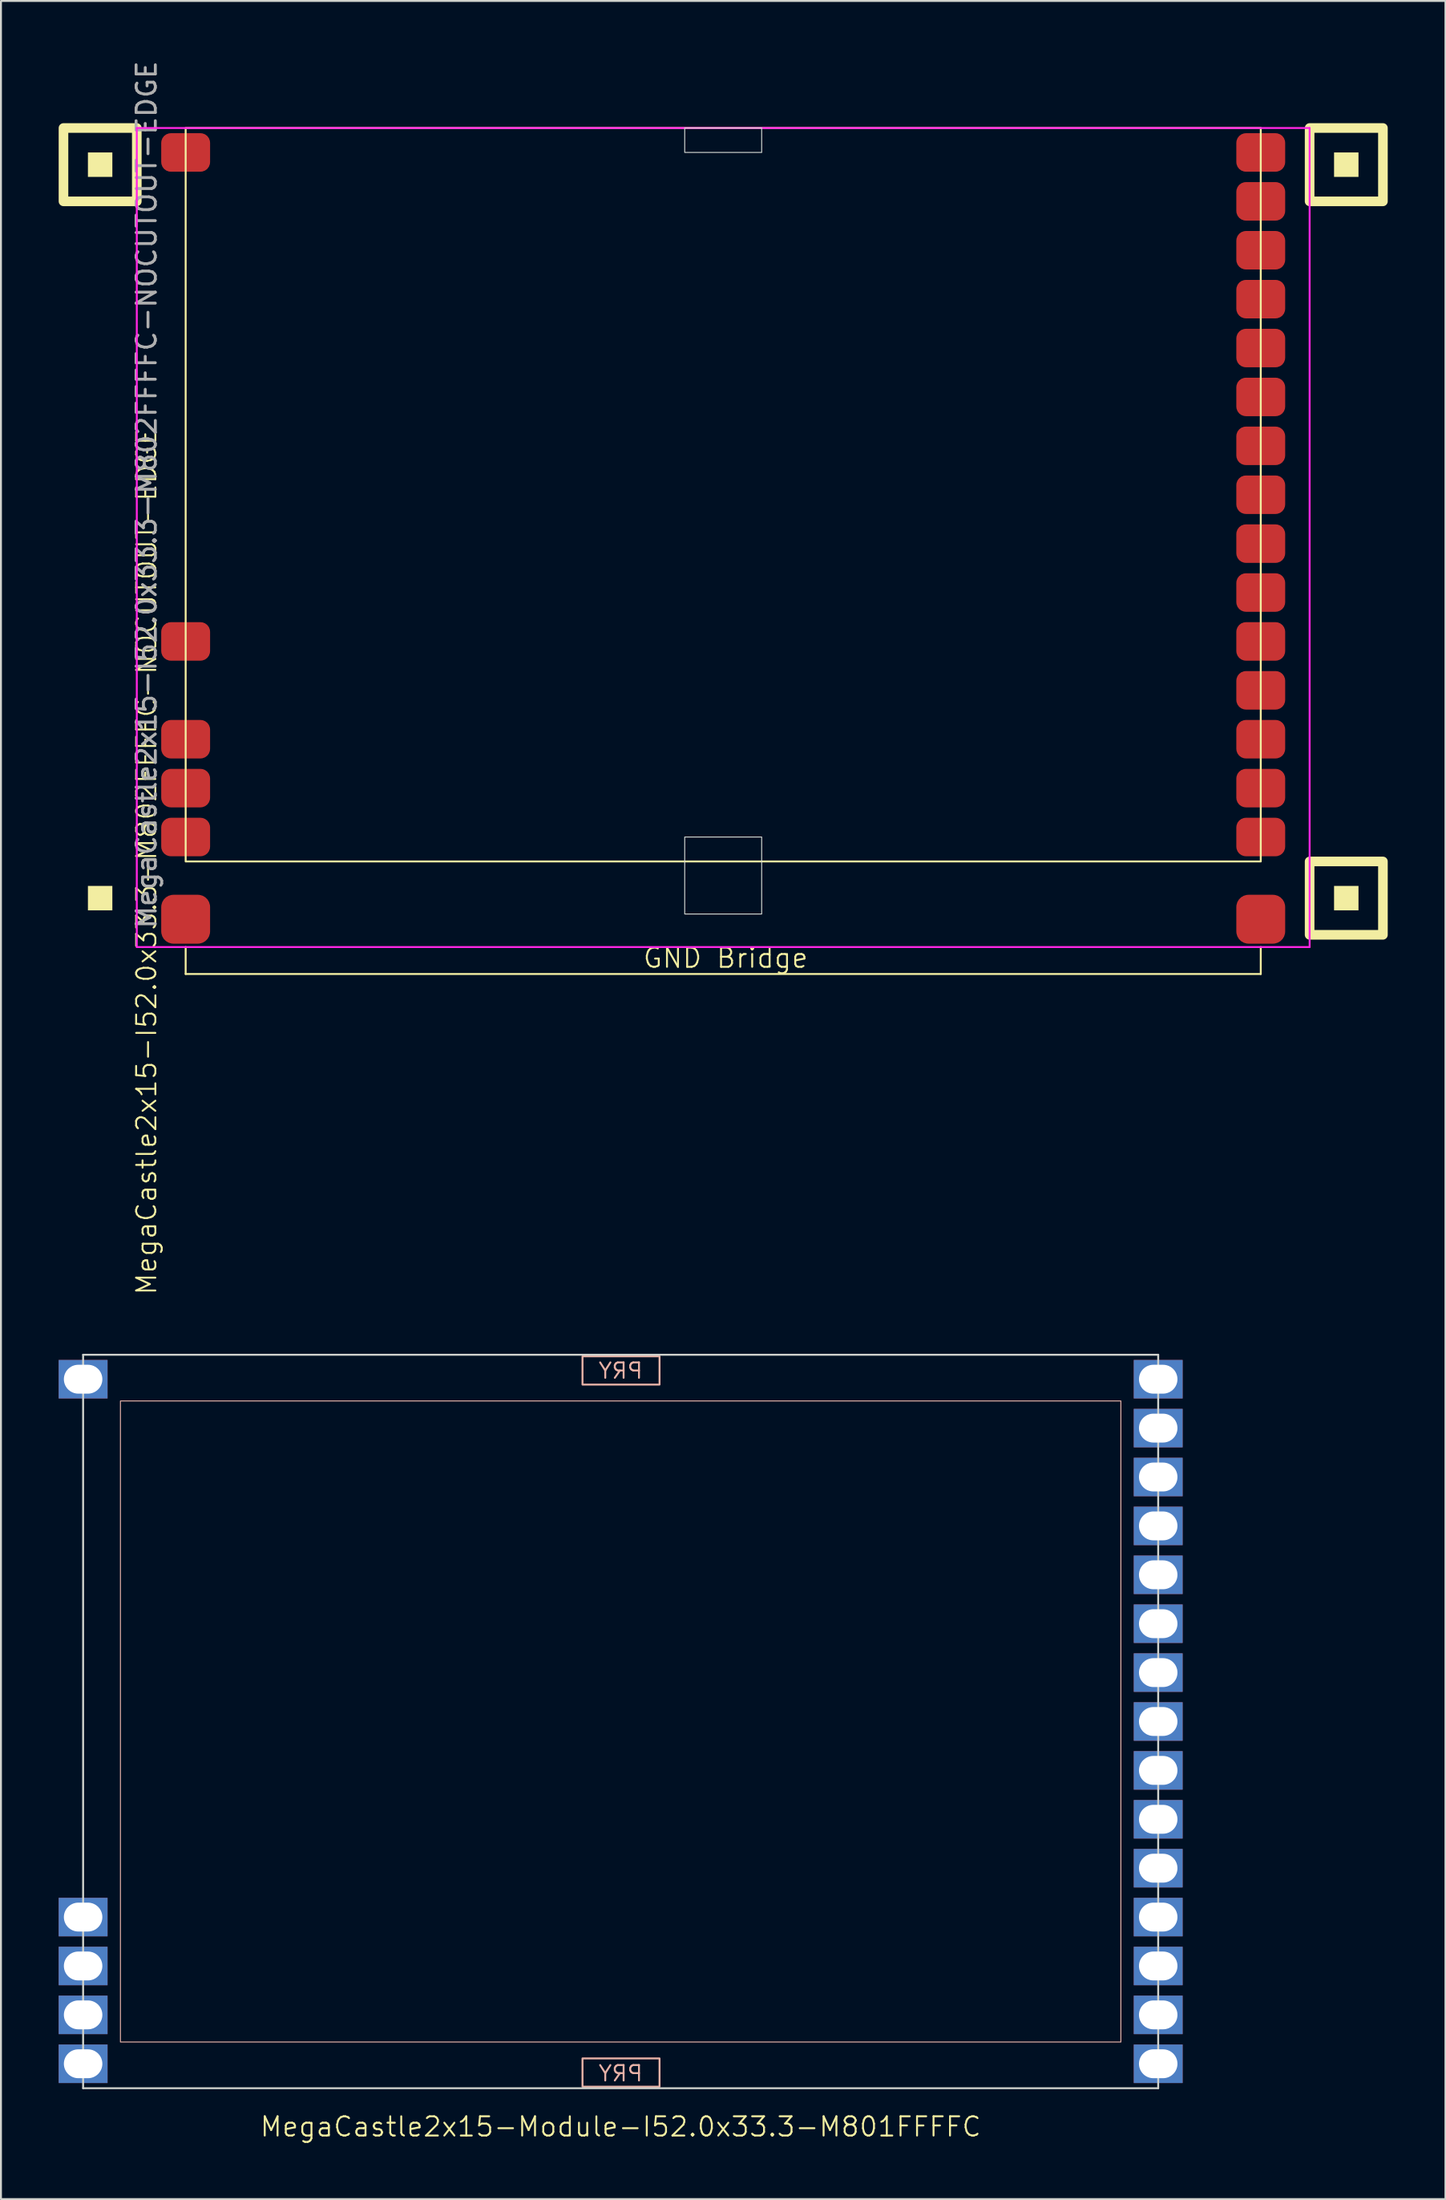
<source format=kicad_pcb>
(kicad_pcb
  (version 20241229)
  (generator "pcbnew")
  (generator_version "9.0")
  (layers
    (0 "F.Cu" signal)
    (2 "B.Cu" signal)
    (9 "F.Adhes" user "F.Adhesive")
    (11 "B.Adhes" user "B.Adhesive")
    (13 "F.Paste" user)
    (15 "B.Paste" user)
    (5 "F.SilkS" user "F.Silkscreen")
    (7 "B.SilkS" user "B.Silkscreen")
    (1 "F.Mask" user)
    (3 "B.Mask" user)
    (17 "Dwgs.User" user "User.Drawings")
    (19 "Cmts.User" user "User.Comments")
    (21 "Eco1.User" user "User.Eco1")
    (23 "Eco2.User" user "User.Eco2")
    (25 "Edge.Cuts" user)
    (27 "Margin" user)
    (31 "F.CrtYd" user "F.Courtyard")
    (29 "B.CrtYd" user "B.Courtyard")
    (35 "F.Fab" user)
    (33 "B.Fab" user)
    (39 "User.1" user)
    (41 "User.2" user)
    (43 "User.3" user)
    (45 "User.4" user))
  (footprint "MegaCastle2x15-Module-I52.0x33.3-M801FFFFC"
    (layer "F.Cu")
    (at 29.21 86.373)
    (property "Reference" "MegaCastle2x15-Module-I52.0x33.3-M801FFFFC" (at 0 21.05 0) (unlocked yes) (layer "F.SilkS") (effects (font (size 1 1) (thickness 0.1))))
    (attr smd)
    (fp_rect (start -26 16.65) (end 26 -16.65) (stroke (width 0.05) (type default)) (fill no) (layer "B.SilkS"))
    (fp_rect (start -1.984 -17.501) (end 2.02 -18.97) (stroke (width 0.1) (type default)) (fill no) (layer "B.SilkS"))
    (fp_rect (start -1.984 17.501) (end 2.02 18.97) (stroke (width 0.1) (type default)) (fill no) (layer "B.SilkS"))
    (fp_line (start -27.94 -19.05) (end -27.94 19.05) (stroke (width 0.1) (type default)) (layer "Edge.Cuts"))
    (fp_line (start -27.94 -19.05) (end 27.94 -19.05) (stroke (width 0.1) (type default)) (layer "Edge.Cuts"))
    (fp_line (start -27.94 19.05) (end 27.94 19.05) (stroke (width 0.1) (type default)) (layer "Edge.Cuts"))
    (fp_line (start 27.94 -19.05) (end 27.94 19.05) (stroke (width 0.1) (type default)) (layer "Edge.Cuts"))
    (fp_text user "PRY" (at 0 -17.75 0) (unlocked yes) (layer "B.SilkS") (effects (font (size 0.8 0.8) (thickness 0.1)) (justify bottom mirror)))
    (fp_text user "PRY" (at 0 18.75 0) (unlocked yes) (layer "B.SilkS") (effects (font (size 0.8 0.8) (thickness 0.1)) (justify bottom mirror)))
    (pad "1" thru_hole rect (at -27.94 -17.78) (size 2.54 2) (drill oval 2 1.5) (property pad_prop_castellated) (layers "*.Cu" "*.Mask"))
    (pad "12" thru_hole rect (at -27.94 10.16) (size 2.54 2) (drill oval 2 1.5) (property pad_prop_castellated) (layers "*.Cu" "*.Mask"))
    (pad "13" thru_hole rect (at -27.94 12.7) (size 2.54 2) (drill oval 2 1.5) (property pad_prop_castellated) (layers "*.Cu" "*.Mask"))
    (pad "14" thru_hole rect (at -27.94 15.24) (size 2.54 2) (drill oval 2 1.5) (property pad_prop_castellated) (layers "*.Cu" "*.Mask"))
    (pad "15" thru_hole rect (at -27.94 17.78) (size 2.54 2) (drill oval 2 1.5) (property pad_prop_castellated) (layers "*.Cu" "*.Mask"))
    (pad "16" thru_hole rect (at 27.94 -17.78) (size 2.54 2) (drill oval 2 1.5) (property pad_prop_castellated) (layers "*.Cu" "*.Mask"))
    (pad "17" thru_hole rect (at 27.94 -15.24) (size 2.54 2) (drill oval 2 1.5) (property pad_prop_castellated) (layers "*.Cu" "*.Mask"))
    (pad "18" thru_hole rect (at 27.94 -12.7) (size 2.54 2) (drill oval 2 1.5) (property pad_prop_castellated) (layers "*.Cu" "*.Mask"))
    (pad "19" thru_hole rect (at 27.94 -10.16) (size 2.54 2) (drill oval 2 1.5) (property pad_prop_castellated) (layers "*.Cu" "*.Mask"))
    (pad "20" thru_hole rect (at 27.94 -7.62) (size 2.54 2) (drill oval 2 1.5) (property pad_prop_castellated) (layers "*.Cu" "*.Mask"))
    (pad "21" thru_hole rect (at 27.94 -5.08) (size 2.54 2) (drill oval 2 1.5) (property pad_prop_castellated) (layers "*.Cu" "*.Mask"))
    (pad "22" thru_hole rect (at 27.94 -2.54) (size 2.54 2) (drill oval 2 1.5) (property pad_prop_castellated) (layers "*.Cu" "*.Mask"))
    (pad "23" thru_hole rect (at 27.94 0) (size 2.54 2) (drill oval 2 1.5) (property pad_prop_castellated) (layers "*.Cu" "*.Mask"))
    (pad "24" thru_hole rect (at 27.94 2.54) (size 2.54 2) (drill oval 2 1.5) (property pad_prop_castellated) (layers "*.Cu" "*.Mask"))
    (pad "25" thru_hole rect (at 27.94 5.08) (size 2.54 2) (drill oval 2 1.5) (property pad_prop_castellated) (layers "*.Cu" "*.Mask"))
    (pad "26" thru_hole rect (at 27.94 7.62) (size 2.54 2) (drill oval 2 1.5) (property pad_prop_castellated) (layers "*.Cu" "*.Mask"))
    (pad "27" thru_hole rect (at 27.94 10.16) (size 2.54 2) (drill oval 2 1.5) (property pad_prop_castellated) (layers "*.Cu" "*.Mask"))
    (pad "28" thru_hole rect (at 27.94 12.7) (size 2.54 2) (drill oval 2 1.5) (property pad_prop_castellated) (layers "*.Cu" "*.Mask"))
    (pad "29" thru_hole rect (at 27.94 15.24) (size 2.54 2) (drill oval 2 1.5) (property pad_prop_castellated) (layers "*.Cu" "*.Mask"))
    (pad "30" thru_hole rect (at 27.94 17.78) (size 2.54 2) (drill oval 2 1.5) (property pad_prop_castellated) (layers "*.Cu" "*.Mask"))
    (zone (net_name "") (layer "B.Cu") (hatch edge 0.5) (connect_pads) (min_thickness 0.25) (filled_areas_thickness no) (keepout (tracks allowed) (vias allowed) (pads allowed) (copperpour allowed) (footprints not_allowed)) (placement (enabled no)) (fill) (polygon (pts (xy 1.27 105.423) (xy 1.27 67.323) (xy 3.21 67.323) (xy 3.21 105.423))))
    (zone (net_name "") (layer "B.Cu") (hatch edge 0.5) (connect_pads) (min_thickness 0.25) (filled_areas_thickness no) (keepout (tracks allowed) (vias allowed) (pads allowed) (copperpour allowed) (footprints not_allowed)) (placement (enabled no)) (fill) (polygon (pts (xy 3.21 67.323) (xy 3.21 69.723) (xy 55.21 69.723) (xy 55.21 67.323))))
    (zone (net_name "") (layer "B.Cu") (hatch edge 0.5) (connect_pads) (min_thickness 0.25) (filled_areas_thickness no) (keepout (tracks allowed) (vias allowed) (pads allowed) (copperpour allowed) (footprints not_allowed)) (placement (enabled no)) (fill) (polygon (pts (xy 3.21 105.423) (xy 3.21 103.023) (xy 55.21 103.023) (xy 55.21 105.423))))
    (zone (net_name "") (layer "B.Cu") (name "Upper Pry Zone") (hatch edge 0.5) (connect_pads) (min_thickness 0.25) (filled_areas_thickness no) (keepout (tracks not_allowed) (vias not_allowed) (pads not_allowed) (copperpour allowed) (footprints not_allowed)) (placement (enabled no)) (fill) (polygon (pts (xy 27.226 68.871) (xy 27.226 67.403) (xy 31.23 67.403) (xy 31.23 68.871))))
    (zone (net_name "") (layer "B.Cu") (name "Upper Pry Zone") (hatch edge 0.5) (connect_pads) (min_thickness 0.25) (filled_areas_thickness no) (keepout (tracks not_allowed) (vias not_allowed) (pads not_allowed) (copperpour allowed) (footprints not_allowed)) (placement (enabled no)) (fill) (polygon (pts (xy 27.226 103.874) (xy 27.226 105.343) (xy 31.23 105.343) (xy 31.23 103.874))))
    (zone (net_name "") (layer "B.Cu") (hatch edge 0.5) (connect_pads) (min_thickness 0.25) (filled_areas_thickness no) (keepout (tracks allowed) (vias allowed) (pads allowed) (copperpour allowed) (footprints not_allowed)) (placement (enabled no)) (fill) (polygon (pts (xy 57.15 105.423) (xy 57.15 67.323) (xy 55.21 67.323) (xy 55.21 105.423)))))
  (footprint "MegaCastle2x15-I52.0x33.3-M802FFFFC-NOCUTOUT-EDGE"
    (layer "F.Cu")
    (at 34.54 22.649)
    (property "Reference" "MegaCastle2x15-I52.0x33.3-M802FFFFC-NOCUTOUT-EDGE" (at -29.972 19.05 90) (unlocked yes) (layer "F.SilkS") (effects (font (size 1 1) (thickness 0.1))))
    (attr smd)
    (fp_line (start -27.94 23.495) (end -27.94 24.895) (stroke (width 0.1) (type default)) (layer "F.SilkS"))
    (fp_line (start -27.94 24.895) (end 27.94 24.895) (stroke (width 0.1) (type default)) (layer "F.SilkS"))
    (fp_line (start 27.94 23.495) (end 27.94 24.895) (stroke (width 0.1) (type default)) (layer "F.SilkS"))
    (fp_rect (start -31.75 -16.51) (end -33.02 -17.78) (stroke (width 0) (type solid)) (fill yes) (layer "F.SilkS"))
    (fp_rect (start -31.75 21.59) (end -33.02 20.32) (stroke (width 0) (type solid)) (fill yes) (layer "F.SilkS"))
    (fp_rect (start -30.48 -15.24) (end -34.29 -19.05) (stroke (width 0.5) (type default)) (fill no) (layer "F.SilkS"))
    (fp_rect (start -27.94 -19.05) (end 27.94 19.05) (stroke (width 0.1) (type default)) (fill no) (layer "F.SilkS"))
    (fp_rect (start 33.02 -16.51) (end 31.75 -17.78) (stroke (width 0) (type solid)) (fill yes) (layer "F.SilkS"))
    (fp_rect (start 33.02 21.59) (end 31.75 20.32) (stroke (width 0) (type solid)) (fill yes) (layer "F.SilkS"))
    (fp_rect (start 34.29 -15.24) (end 30.48 -19.05) (stroke (width 0.5) (type default)) (fill no) (layer "F.SilkS"))
    (fp_rect (start 34.29 22.86) (end 30.48 19.05) (stroke (width 0.5) (type default)) (fill no) (layer "F.SilkS"))
    (fp_rect (start -2 -17.78) (end 2 -19.05) (stroke (width 0.05) (type default)) (fill no) (layer "Edge.Cuts"))
    (fp_rect (start -2 17.78) (end 2 21.78) (stroke (width 0.05) (type default)) (fill no) (layer "Edge.Cuts"))
    (fp_line (start -30.48 -19.05) (end -30.48 23.495) (stroke (width 0.1) (type default)) (layer "F.CrtYd"))
    (fp_line (start -30.48 23.495) (end 30.48 23.495) (stroke (width 0.1) (type default)) (layer "F.CrtYd"))
    (fp_line (start 30.48 -19.05) (end -30.48 -19.05) (stroke (width 0.1) (type default)) (layer "F.CrtYd"))
    (fp_line (start 30.48 -19.05) (end 30.48 23.495) (stroke (width 0.1) (type default)) (layer "F.CrtYd"))
    (fp_text user "GND Bridge" (at -4.226 24.65 0) (unlocked yes) (layer "F.SilkS") (effects (font (size 1 1) (thickness 0.1)) (justify left bottom)))
    (fp_text user "${REFERENCE}" (at -29.972 0 90) (unlocked yes) (layer "F.Fab") (effects (font (size 1 1) (thickness 0.15))))
    (pad "1" smd roundrect (at -27.94 -17.78) (size 2.54 2) (layers "F.Cu" "F.Mask" "F.Paste") (roundrect_rratio 0.25))
    (pad "11" smd roundrect (at -27.94 7.62) (size 2.54 2) (layers "F.Cu" "F.Mask" "F.Paste") (roundrect_rratio 0.25))
    (pad "13" smd roundrect (at -27.94 12.7) (size 2.54 2) (layers "F.Cu" "F.Mask" "F.Paste") (roundrect_rratio 0.25))
    (pad "14" smd roundrect (at -27.94 15.24) (size 2.54 2) (layers "F.Cu" "F.Mask" "F.Paste") (roundrect_rratio 0.25))
    (pad "15" smd roundrect (at -27.94 17.78) (size 2.54 2) (layers "F.Cu" "F.Mask" "F.Paste") (roundrect_rratio 0.25))
    (pad "16" smd roundrect (at 27.94 -17.78) (size 2.54 2) (layers "F.Cu" "F.Mask" "F.Paste") (roundrect_rratio 0.25))
    (pad "17" smd roundrect (at 27.94 -15.24) (size 2.54 2) (layers "F.Cu" "F.Mask" "F.Paste") (roundrect_rratio 0.25))
    (pad "18" smd roundrect (at 27.94 -12.7) (size 2.54 2) (layers "F.Cu" "F.Mask" "F.Paste") (roundrect_rratio 0.25))
    (pad "19" smd roundrect (at 27.94 -10.16) (size 2.54 2) (layers "F.Cu" "F.Mask" "F.Paste") (roundrect_rratio 0.25))
    (pad "20" smd roundrect (at 27.94 -7.62) (size 2.54 2) (layers "F.Cu" "F.Mask" "F.Paste") (roundrect_rratio 0.25))
    (pad "21" smd roundrect (at 27.94 -5.08) (size 2.54 2) (layers "F.Cu" "F.Mask" "F.Paste") (roundrect_rratio 0.25))
    (pad "22" smd roundrect (at 27.94 -2.54) (size 2.54 2) (layers "F.Cu" "F.Mask" "F.Paste") (roundrect_rratio 0.25))
    (pad "23" smd roundrect (at 27.94 0) (size 2.54 2) (layers "F.Cu" "F.Mask" "F.Paste") (roundrect_rratio 0.25))
    (pad "24" smd roundrect (at 27.94 2.54) (size 2.54 2) (layers "F.Cu" "F.Mask" "F.Paste") (roundrect_rratio 0.25))
    (pad "25" smd roundrect (at 27.94 5.08) (size 2.54 2) (layers "F.Cu" "F.Mask" "F.Paste") (roundrect_rratio 0.25))
    (pad "26" smd roundrect (at 27.94 7.62) (size 2.54 2) (layers "F.Cu" "F.Mask" "F.Paste") (roundrect_rratio 0.25))
    (pad "27" smd roundrect (at 27.94 10.16) (size 2.54 2) (layers "F.Cu" "F.Mask" "F.Paste") (roundrect_rratio 0.25))
    (pad "28" smd roundrect (at 27.94 12.7) (size 2.54 2) (layers "F.Cu" "F.Mask" "F.Paste") (roundrect_rratio 0.25))
    (pad "29" smd roundrect (at 27.94 15.24) (size 2.54 2) (layers "F.Cu" "F.Mask" "F.Paste") (roundrect_rratio 0.25))
    (pad "30" smd roundrect (at 27.94 17.78) (size 2.54 2) (layers "F.Cu" "F.Mask" "F.Paste") (roundrect_rratio 0.25))
    (pad "B1" smd roundrect (at -27.94 22.05) (size 2.54 2.54) (layers "F.Cu" "F.Mask" "F.Paste") (roundrect_rratio 0.25))
    (pad "B2" smd roundrect (at 27.94 22.05) (size 2.54 2.54) (layers "F.Cu" "F.Mask" "F.Paste") (roundrect_rratio 0.25)))
  (gr_rect
    (start -3 -3)
    (end 72.08 111.183)
    (stroke (width 0.1) (type default))
    (fill no)
    (layer "Edge.Cuts")))
</source>
